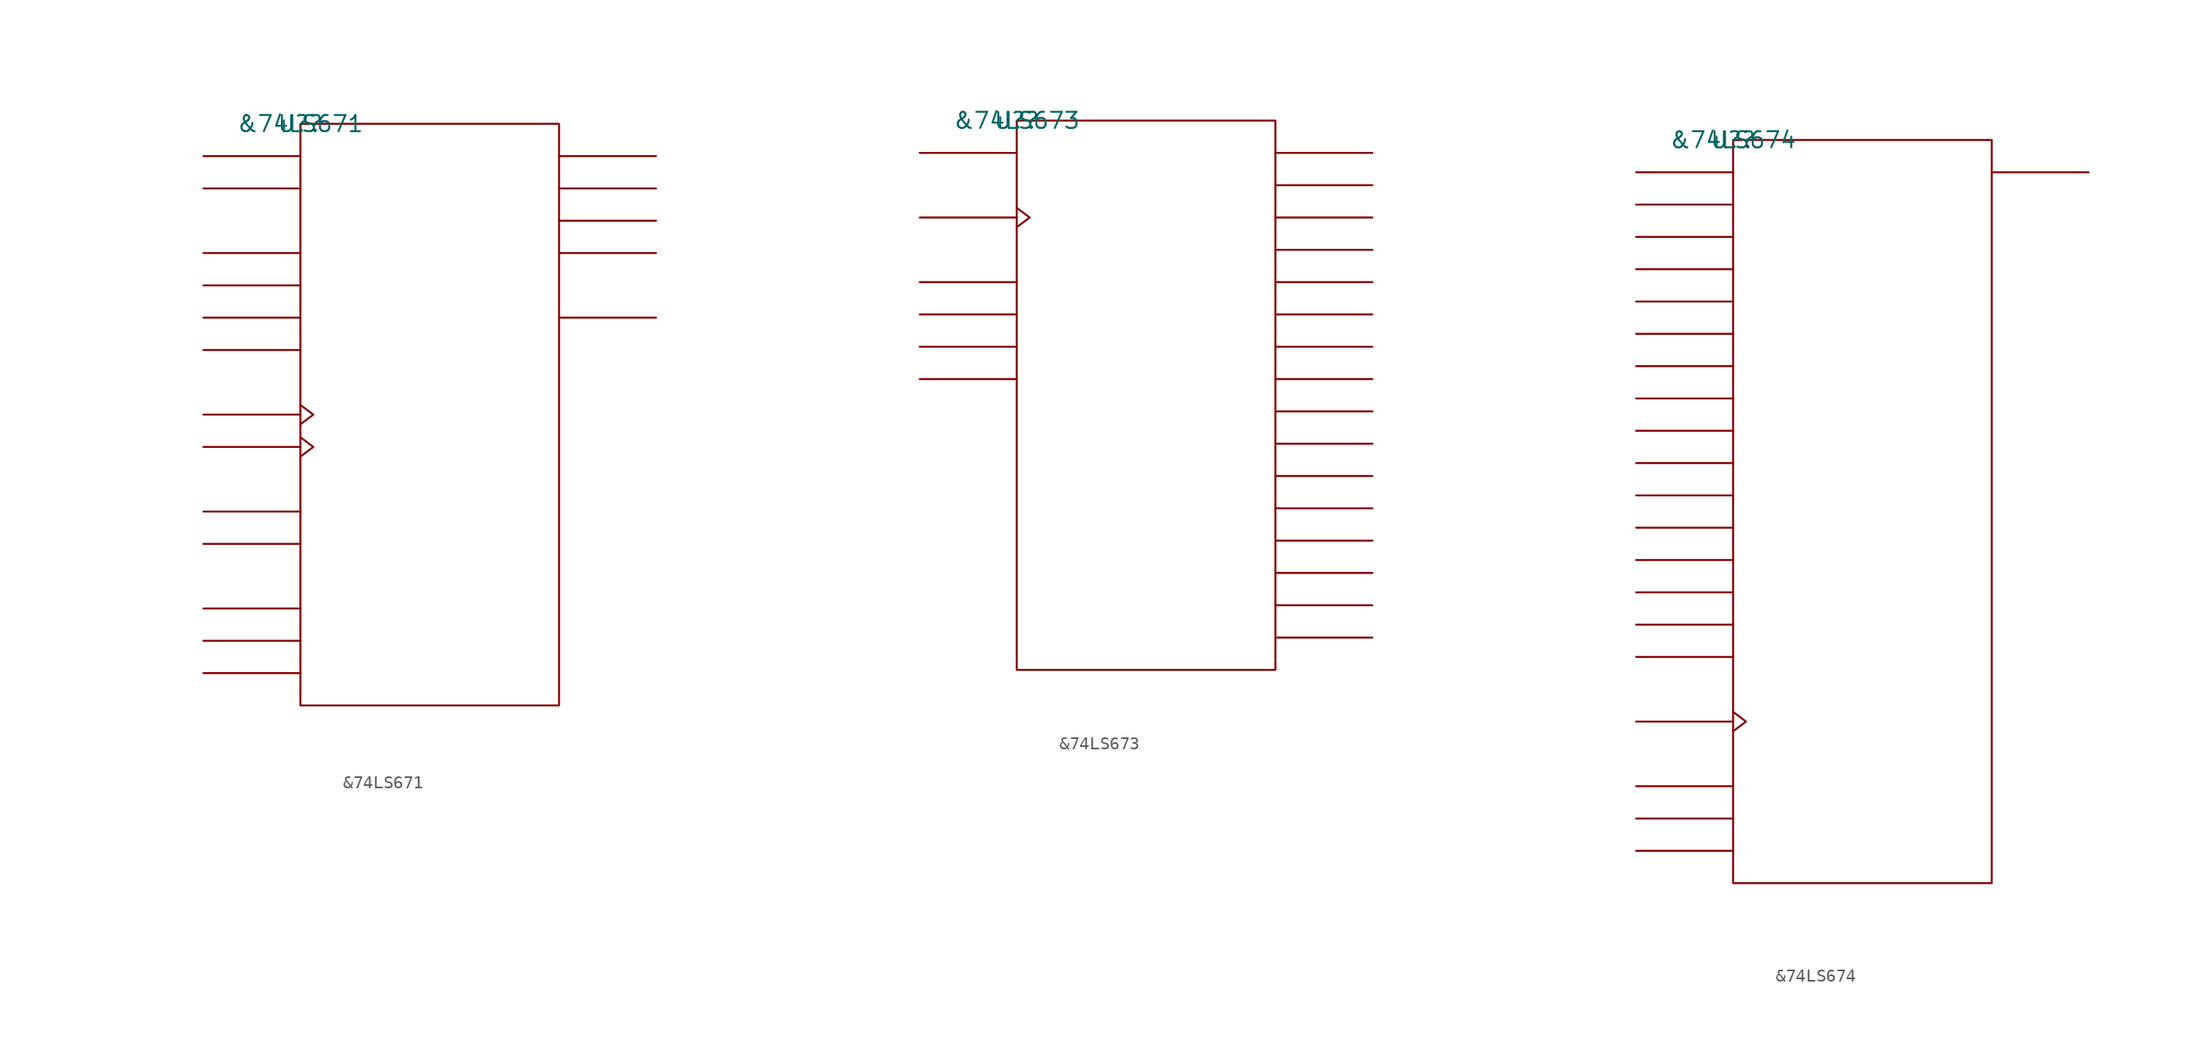
<source format=kicad_sym>
(kicad_symbol_lib
  (version 20211014)
  (generator kicad_symbol_editor)
  (symbol "&74LS671"
    (pin_names
      (offset 0.762))
    (property "Reference" "U?"
      (at 0 0 0)
      (effects (font (size 1.27 1.27))))
    (property "Value" "&74LS671"
      (at 0 0 0)
      (effects (font (size 1.27 1.27))))
    (symbol "&74LS671_0_1"
      (rectangle (start 0 -45.72) (end 20.32 0) (stroke (width 0) (type default) (color 0 0 0 0)) (fill (type none)))
      (polyline (pts (xy 0 -43.18) (xy -7.62 -43.18)) (stroke (width 0) (type default) (color 0 0 0 0)) (fill (type none)))
      (polyline (pts (xy 0 -40.64) (xy -7.62 -40.64)) (stroke (width 0) (type default) (color 0 0 0 0)) (fill (type none)))
      (polyline (pts (xy 0 -38.1) (xy -7.62 -38.1)) (stroke (width 0) (type default) (color 0 0 0 0)) (fill (type none)))
      (polyline (pts (xy 0 -33.02) (xy -7.62 -33.02)) (stroke (width 0) (type default) (color 0 0 0 0)) (fill (type none)))
      (polyline (pts (xy 0 -30.48) (xy -7.62 -30.48)) (stroke (width 0) (type default) (color 0 0 0 0)) (fill (type none)))
      (polyline (pts (xy 0 -25.4) (xy -7.62 -25.4)) (stroke (width 0) (type default) (color 0 0 0 0)) (fill (type none)))
      (polyline (pts (xy 0 -22.86) (xy -7.62 -22.86)) (stroke (width 0) (type default) (color 0 0 0 0)) (fill (type none)))
      (polyline (pts (xy 0 -17.78) (xy -7.62 -17.78)) (stroke (width 0) (type default) (color 0 0 0 0)) (fill (type none)))
      (polyline (pts (xy 0 -15.24) (xy -7.62 -15.24)) (stroke (width 0) (type default) (color 0 0 0 0)) (fill (type none)))
      (polyline (pts (xy 0 -12.7) (xy -7.62 -12.7)) (stroke (width 0) (type default) (color 0 0 0 0)) (fill (type none)))
      (polyline (pts (xy 0 -10.16) (xy -7.62 -10.16)) (stroke (width 0) (type default) (color 0 0 0 0)) (fill (type none)))
      (polyline (pts (xy 0 -5.08) (xy -7.62 -5.08)) (stroke (width 0) (type default) (color 0 0 0 0)) (fill (type none)))
      (polyline (pts (xy 0 -2.54) (xy -7.62 -2.54)) (stroke (width 0) (type default) (color 0 0 0 0)) (fill (type none)))
      (polyline (pts (xy 20.32 -15.24) (xy 27.94 -15.24)) (stroke (width 0) (type default) (color 0 0 0 0)) (fill (type none)))
      (polyline (pts (xy 20.32 -10.16) (xy 27.94 -10.16)) (stroke (width 0) (type default) (color 0 0 0 0)) (fill (type none)))
      (polyline (pts (xy 20.32 -7.62) (xy 27.94 -7.62)) (stroke (width 0) (type default) (color 0 0 0 0)) (fill (type none)))
      (polyline (pts (xy 20.32 -5.08) (xy 27.94 -5.08)) (stroke (width 0) (type default) (color 0 0 0 0)) (fill (type none)))
      (polyline (pts (xy 20.32 -2.54) (xy 27.94 -2.54)) (stroke (width 0) (type default) (color 0 0 0 0)) (fill (type none)))
      (polyline (pts (xy 0 -24.638) (xy 1.016 -25.4) (xy 0 -26.162)) (stroke (width 0) (type default) (color 0 0 0 0)) (fill (type none)))
      (polyline (pts (xy 0 -22.098) (xy 1.016 -22.86) (xy 0 -23.622)) (stroke (width 0) (type default) (color 0 0 0 0)) (fill (type none))))
    (symbol "&74LS671_1_1"
      (pin unspecified line (at -7.62 -2.54 0) (length 7.62) hide (name "SERR" (effects (font (size 1.245 1.245)))) (number "1" (effects (font (size 1.245 1.245)))))
      (pin power_in line (at 12.7 -45.72 180) (length 7.62) hide (name "GND" (effects (font (size 1.245 1.245)))) (number "10" (effects (font (size 1.245 1.245)))))
      (pin unspecified line (at -7.62 -40.64 0) (length 7.62) hide (name "R/S\\" (effects (font (size 1.245 1.245)))) (number "11" (effects (font (size 1.245 1.245)))))
      (pin unspecified line (at -7.62 -38.1 0) (length 7.62) hide (name "G\\" (effects (font (size 1.245 1.245)))) (number "12" (effects (font (size 1.245 1.245)))))
      (pin unspecified line (at -7.62 -33.02 0) (length 7.62) hide (name "S1" (effects (font (size 1.245 1.245)))) (number "13" (effects (font (size 1.245 1.245)))))
      (pin unspecified line (at -7.62 -30.48 0) (length 7.62) hide (name "S0" (effects (font (size 1.245 1.245)))) (number "14" (effects (font (size 1.245 1.245)))))
      (pin unspecified line (at 27.94 -10.16 180) (length 7.62) hide (name "QD" (effects (font (size 1.245 1.245)))) (number "15" (effects (font (size 1.245 1.245)))))
      (pin unspecified line (at 27.94 -7.62 180) (length 7.62) hide (name "QC" (effects (font (size 1.245 1.245)))) (number "16" (effects (font (size 1.245 1.245)))))
      (pin unspecified line (at 27.94 -5.08 180) (length 7.62) hide (name "QB" (effects (font (size 1.245 1.245)))) (number "17" (effects (font (size 1.245 1.245)))))
      (pin unspecified line (at 27.94 -2.54 180) (length 7.62) hide (name "QA" (effects (font (size 1.245 1.245)))) (number "18" (effects (font (size 1.245 1.245)))))
      (pin unspecified line (at 27.94 -15.24 180) (length 7.62) hide (name "CASC" (effects (font (size 1.245 1.245)))) (number "19" (effects (font (size 1.245 1.245)))))
      (pin unspecified line (at -7.62 -25.4 180) (length 7.62) hide (name "SRCLK" (effects (font (size 1.245 1.245)))) (number "2" (effects (font (size 1.245 1.245)))))
      (pin power_in line (at 10.16 0 180) (length 7.62) hide (name "VCC" (effects (font (size 1.245 1.245)))) (number "20" (effects (font (size 1.245 1.245)))))
      (pin unspecified line (at -7.62 -10.16 0) (length 7.62) hide (name "A" (effects (font (size 1.245 1.245)))) (number "3" (effects (font (size 1.245 1.245)))))
      (pin unspecified line (at -7.62 -12.7 0) (length 7.62) hide (name "B" (effects (font (size 1.245 1.245)))) (number "4" (effects (font (size 1.245 1.245)))))
      (pin unspecified line (at -7.62 -15.24 0) (length 7.62) hide (name "C" (effects (font (size 1.245 1.245)))) (number "5" (effects (font (size 1.245 1.245)))))
      (pin unspecified line (at -7.62 -17.78 0) (length 7.62) hide (name "D" (effects (font (size 1.245 1.245)))) (number "6" (effects (font (size 1.245 1.245)))))
      (pin unspecified line (at -7.62 -5.08 0) (length 7.62) hide (name "SERL" (effects (font (size 1.245 1.245)))) (number "7" (effects (font (size 1.245 1.245)))))
      (pin unspecified line (at -7.62 -43.18 0) (length 7.62) hide (name "S\\R\\C\\L\\R\\" (effects (font (size 1.245 1.245)))) (number "8" (effects (font (size 1.245 1.245)))))
      (pin unspecified line (at -7.62 -22.86 180) (length 7.62) hide (name "RCLK" (effects (font (size 1.245 1.245)))) (number "9" (effects (font (size 1.245 1.245)))))))
  (symbol "&74LS673"
    (pin_names
      (offset 0.762))
    (property "Reference" "U?"
      (at 0 0 0)
      (effects (font (size 1.27 1.27))))
    (property "Value" "&74LS673"
      (at 0 0 0)
      (effects (font (size 1.27 1.27))))
    (symbol "&74LS673_0_1"
      (rectangle (start 0 -43.18) (end 20.32 0) (stroke (width 0) (type default) (color 0 0 0 0)) (fill (type none)))
      (polyline (pts (xy 0 -20.32) (xy -7.62 -20.32)) (stroke (width 0) (type default) (color 0 0 0 0)) (fill (type none)))
      (polyline (pts (xy 0 -17.78) (xy -7.62 -17.78)) (stroke (width 0) (type default) (color 0 0 0 0)) (fill (type none)))
      (polyline (pts (xy 0 -15.24) (xy -7.62 -15.24)) (stroke (width 0) (type default) (color 0 0 0 0)) (fill (type none)))
      (polyline (pts (xy 0 -12.7) (xy -7.62 -12.7)) (stroke (width 0) (type default) (color 0 0 0 0)) (fill (type none)))
      (polyline (pts (xy 0 -7.62) (xy -7.62 -7.62)) (stroke (width 0) (type default) (color 0 0 0 0)) (fill (type none)))
      (polyline (pts (xy 0 -2.54) (xy -7.62 -2.54)) (stroke (width 0) (type default) (color 0 0 0 0)) (fill (type none)))
      (polyline (pts (xy 20.32 -40.64) (xy 27.94 -40.64)) (stroke (width 0) (type default) (color 0 0 0 0)) (fill (type none)))
      (polyline (pts (xy 20.32 -38.1) (xy 27.94 -38.1)) (stroke (width 0) (type default) (color 0 0 0 0)) (fill (type none)))
      (polyline (pts (xy 20.32 -35.56) (xy 27.94 -35.56)) (stroke (width 0) (type default) (color 0 0 0 0)) (fill (type none)))
      (polyline (pts (xy 20.32 -33.02) (xy 27.94 -33.02)) (stroke (width 0) (type default) (color 0 0 0 0)) (fill (type none)))
      (polyline (pts (xy 20.32 -30.48) (xy 27.94 -30.48)) (stroke (width 0) (type default) (color 0 0 0 0)) (fill (type none)))
      (polyline (pts (xy 20.32 -27.94) (xy 27.94 -27.94)) (stroke (width 0) (type default) (color 0 0 0 0)) (fill (type none)))
      (polyline (pts (xy 20.32 -25.4) (xy 27.94 -25.4)) (stroke (width 0) (type default) (color 0 0 0 0)) (fill (type none)))
      (polyline (pts (xy 20.32 -22.86) (xy 27.94 -22.86)) (stroke (width 0) (type default) (color 0 0 0 0)) (fill (type none)))
      (polyline (pts (xy 20.32 -20.32) (xy 27.94 -20.32)) (stroke (width 0) (type default) (color 0 0 0 0)) (fill (type none)))
      (polyline (pts (xy 20.32 -17.78) (xy 27.94 -17.78)) (stroke (width 0) (type default) (color 0 0 0 0)) (fill (type none)))
      (polyline (pts (xy 20.32 -15.24) (xy 27.94 -15.24)) (stroke (width 0) (type default) (color 0 0 0 0)) (fill (type none)))
      (polyline (pts (xy 20.32 -12.7) (xy 27.94 -12.7)) (stroke (width 0) (type default) (color 0 0 0 0)) (fill (type none)))
      (polyline (pts (xy 20.32 -10.16) (xy 27.94 -10.16)) (stroke (width 0) (type default) (color 0 0 0 0)) (fill (type none)))
      (polyline (pts (xy 20.32 -7.62) (xy 27.94 -7.62)) (stroke (width 0) (type default) (color 0 0 0 0)) (fill (type none)))
      (polyline (pts (xy 20.32 -5.08) (xy 27.94 -5.08)) (stroke (width 0) (type default) (color 0 0 0 0)) (fill (type none)))
      (polyline (pts (xy 20.32 -2.54) (xy 27.94 -2.54)) (stroke (width 0) (type default) (color 0 0 0 0)) (fill (type none)))
      (polyline (pts (xy 0 -6.858) (xy 1.016 -7.62) (xy 0 -8.382)) (stroke (width 0) (type default) (color 0 0 0 0)) (fill (type none))))
    (symbol "&74LS673_1_1"
      (pin unspecified line (at -7.62 -12.7 0) (length 7.62) hide (name "C\\S\\" (effects (font (size 1.245 1.245)))) (number "1" (effects (font (size 1.245 1.245)))))
      (pin unspecified line (at 27.94 -10.16 180) (length 7.62) hide (name "Y3" (effects (font (size 1.245 1.245)))) (number "10" (effects (font (size 1.245 1.245)))))
      (pin unspecified line (at 27.94 -12.7 180) (length 7.62) hide (name "Y4" (effects (font (size 1.245 1.245)))) (number "11" (effects (font (size 1.245 1.245)))))
      (pin power_in line (at 5.08 -43.18 180) (length 7.62) hide (name "GND" (effects (font (size 1.245 1.245)))) (number "12" (effects (font (size 1.245 1.245)))))
      (pin unspecified line (at 27.94 -15.24 180) (length 7.62) hide (name "Y5" (effects (font (size 1.245 1.245)))) (number "13" (effects (font (size 1.245 1.245)))))
      (pin unspecified line (at 27.94 -17.78 180) (length 7.62) hide (name "Y6" (effects (font (size 1.245 1.245)))) (number "14" (effects (font (size 1.245 1.245)))))
      (pin unspecified line (at 27.94 -20.32 180) (length 7.62) hide (name "Y7" (effects (font (size 1.245 1.245)))) (number "15" (effects (font (size 1.245 1.245)))))
      (pin unspecified line (at 27.94 -22.86 180) (length 7.62) hide (name "Y8" (effects (font (size 1.245 1.245)))) (number "16" (effects (font (size 1.245 1.245)))))
      (pin unspecified line (at 27.94 -25.4 180) (length 7.62) hide (name "Y9" (effects (font (size 1.245 1.245)))) (number "17" (effects (font (size 1.245 1.245)))))
      (pin unspecified line (at 27.94 -27.94 180) (length 7.62) hide (name "Y10" (effects (font (size 1.245 1.245)))) (number "18" (effects (font (size 1.245 1.245)))))
      (pin unspecified line (at 27.94 -30.48 180) (length 7.62) hide (name "Y11" (effects (font (size 1.245 1.245)))) (number "19" (effects (font (size 1.245 1.245)))))
      (pin unspecified line (at -7.62 -7.62 180) (length 7.62) hide (name "S\\H\\C\\P\\" (effects (font (size 1.245 1.245)))) (number "2" (effects (font (size 1.245 1.245)))))
      (pin unspecified line (at 27.94 -33.02 180) (length 7.62) hide (name "Y12" (effects (font (size 1.245 1.245)))) (number "20" (effects (font (size 1.245 1.245)))))
      (pin unspecified line (at 27.94 -35.56 180) (length 7.62) hide (name "Y13" (effects (font (size 1.245 1.245)))) (number "21" (effects (font (size 1.245 1.245)))))
      (pin unspecified line (at 27.94 -38.1 180) (length 7.62) hide (name "Y14" (effects (font (size 1.245 1.245)))) (number "22" (effects (font (size 1.245 1.245)))))
      (pin unspecified line (at 27.94 -40.64 180) (length 7.62) hide (name "Y15" (effects (font (size 1.245 1.245)))) (number "23" (effects (font (size 1.245 1.245)))))
      (pin power_in line (at 10.16 0 180) (length 7.62) hide (name "VCC" (effects (font (size 1.245 1.245)))) (number "24" (effects (font (size 1.245 1.245)))))
      (pin unspecified line (at -7.62 -17.78 0) (length 7.62) hide (name "R/W\\" (effects (font (size 1.245 1.245)))) (number "3" (effects (font (size 1.245 1.245)))))
      (pin unspecified line (at -7.62 -20.32 0) (length 7.62) hide (name "S\\T\\M\\R\\" (effects (font (size 1.245 1.245)))) (number "4" (effects (font (size 1.245 1.245)))))
      (pin unspecified line (at -7.62 -15.24 0) (length 7.62) hide (name "MODE" (effects (font (size 1.245 1.245)))) (number "5" (effects (font (size 1.245 1.245)))))
      (pin unspecified line (at -7.62 -2.54 0) (length 7.62) hide (name "SI/O" (effects (font (size 1.245 1.245)))) (number "6" (effects (font (size 1.245 1.245)))))
      (pin unspecified line (at 27.94 -2.54 180) (length 7.62) hide (name "Y0" (effects (font (size 1.245 1.245)))) (number "7" (effects (font (size 1.245 1.245)))))
      (pin unspecified line (at 27.94 -5.08 180) (length 7.62) hide (name "Y1" (effects (font (size 1.245 1.245)))) (number "8" (effects (font (size 1.245 1.245)))))
      (pin unspecified line (at 27.94 -7.62 180) (length 7.62) hide (name "Y2" (effects (font (size 1.245 1.245)))) (number "9" (effects (font (size 1.245 1.245)))))))
  (symbol "&74LS674"
    (pin_names
      (offset 0.762))
    (property "Reference" "U?"
      (at 0 0 0)
      (effects (font (size 1.27 1.27))))
    (property "Value" "&74LS674"
      (at 0 0 0)
      (effects (font (size 1.27 1.27))))
    (symbol "&74LS674_0_1"
      (rectangle (start 0 -58.42) (end 20.32 0) (stroke (width 0) (type default) (color 0 0 0 0)) (fill (type none)))
      (polyline (pts (xy 0 -55.88) (xy -7.62 -55.88)) (stroke (width 0) (type default) (color 0 0 0 0)) (fill (type none)))
      (polyline (pts (xy 0 -53.34) (xy -7.62 -53.34)) (stroke (width 0) (type default) (color 0 0 0 0)) (fill (type none)))
      (polyline (pts (xy 0 -50.8) (xy -7.62 -50.8)) (stroke (width 0) (type default) (color 0 0 0 0)) (fill (type none)))
      (polyline (pts (xy 0 -45.72) (xy -7.62 -45.72)) (stroke (width 0) (type default) (color 0 0 0 0)) (fill (type none)))
      (polyline (pts (xy 0 -40.64) (xy -7.62 -40.64)) (stroke (width 0) (type default) (color 0 0 0 0)) (fill (type none)))
      (polyline (pts (xy 0 -38.1) (xy -7.62 -38.1)) (stroke (width 0) (type default) (color 0 0 0 0)) (fill (type none)))
      (polyline (pts (xy 0 -35.56) (xy -7.62 -35.56)) (stroke (width 0) (type default) (color 0 0 0 0)) (fill (type none)))
      (polyline (pts (xy 0 -33.02) (xy -7.62 -33.02)) (stroke (width 0) (type default) (color 0 0 0 0)) (fill (type none)))
      (polyline (pts (xy 0 -30.48) (xy -7.62 -30.48)) (stroke (width 0) (type default) (color 0 0 0 0)) (fill (type none)))
      (polyline (pts (xy 0 -27.94) (xy -7.62 -27.94)) (stroke (width 0) (type default) (color 0 0 0 0)) (fill (type none)))
      (polyline (pts (xy 0 -25.4) (xy -7.62 -25.4)) (stroke (width 0) (type default) (color 0 0 0 0)) (fill (type none)))
      (polyline (pts (xy 0 -22.86) (xy -7.62 -22.86)) (stroke (width 0) (type default) (color 0 0 0 0)) (fill (type none)))
      (polyline (pts (xy 0 -20.32) (xy -7.62 -20.32)) (stroke (width 0) (type default) (color 0 0 0 0)) (fill (type none)))
      (polyline (pts (xy 0 -17.78) (xy -7.62 -17.78)) (stroke (width 0) (type default) (color 0 0 0 0)) (fill (type none)))
      (polyline (pts (xy 0 -15.24) (xy -7.62 -15.24)) (stroke (width 0) (type default) (color 0 0 0 0)) (fill (type none)))
      (polyline (pts (xy 0 -12.7) (xy -7.62 -12.7)) (stroke (width 0) (type default) (color 0 0 0 0)) (fill (type none)))
      (polyline (pts (xy 0 -10.16) (xy -7.62 -10.16)) (stroke (width 0) (type default) (color 0 0 0 0)) (fill (type none)))
      (polyline (pts (xy 0 -7.62) (xy -7.62 -7.62)) (stroke (width 0) (type default) (color 0 0 0 0)) (fill (type none)))
      (polyline (pts (xy 0 -5.08) (xy -7.62 -5.08)) (stroke (width 0) (type default) (color 0 0 0 0)) (fill (type none)))
      (polyline (pts (xy 0 -2.54) (xy -7.62 -2.54)) (stroke (width 0) (type default) (color 0 0 0 0)) (fill (type none)))
      (polyline (pts (xy 20.32 -2.54) (xy 27.94 -2.54)) (stroke (width 0) (type default) (color 0 0 0 0)) (fill (type none)))
      (polyline (pts (xy 0 -44.958) (xy 1.016 -45.72) (xy 0 -46.482)) (stroke (width 0) (type default) (color 0 0 0 0)) (fill (type none))))
    (symbol "&74LS674_1_1"
      (pin unspecified line (at -7.62 -55.88 0) (length 7.62) hide (name "C\\S\\" (effects (font (size 1.245 1.245)))) (number "1" (effects (font (size 1.245 1.245)))))
      (pin unspecified line (at -7.62 -10.16 0) (length 7.62) hide (name "P3" (effects (font (size 1.245 1.245)))) (number "10" (effects (font (size 1.245 1.245)))))
      (pin unspecified line (at -7.62 -12.7 0) (length 7.62) hide (name "P4" (effects (font (size 1.245 1.245)))) (number "11" (effects (font (size 1.245 1.245)))))
      (pin power_in line (at 10.16 -58.42 180) (length 7.62) hide (name "GND" (effects (font (size 1.245 1.245)))) (number "12" (effects (font (size 1.245 1.245)))))
      (pin unspecified line (at -7.62 -15.24 0) (length 7.62) hide (name "P5" (effects (font (size 1.245 1.245)))) (number "13" (effects (font (size 1.245 1.245)))))
      (pin unspecified line (at -7.62 -17.78 0) (length 7.62) hide (name "P6" (effects (font (size 1.245 1.245)))) (number "14" (effects (font (size 1.245 1.245)))))
      (pin unspecified line (at -7.62 -20.32 0) (length 7.62) hide (name "P7" (effects (font (size 1.245 1.245)))) (number "15" (effects (font (size 1.245 1.245)))))
      (pin unspecified line (at -7.62 -22.86 0) (length 7.62) hide (name "P8" (effects (font (size 1.245 1.245)))) (number "16" (effects (font (size 1.245 1.245)))))
      (pin unspecified line (at -7.62 -25.4 0) (length 7.62) hide (name "P9" (effects (font (size 1.245 1.245)))) (number "17" (effects (font (size 1.245 1.245)))))
      (pin unspecified line (at -7.62 -27.94 0) (length 7.62) hide (name "P10" (effects (font (size 1.245 1.245)))) (number "18" (effects (font (size 1.245 1.245)))))
      (pin unspecified line (at -7.62 -30.48 0) (length 7.62) hide (name "P11" (effects (font (size 1.245 1.245)))) (number "19" (effects (font (size 1.245 1.245)))))
      (pin unspecified line (at -7.62 -45.72 180) (length 7.62) hide (name "CLK" (effects (font (size 1.245 1.245)))) (number "2" (effects (font (size 1.245 1.245)))))
      (pin unspecified line (at -7.62 -33.02 0) (length 7.62) hide (name "P12" (effects (font (size 1.245 1.245)))) (number "20" (effects (font (size 1.245 1.245)))))
      (pin unspecified line (at -7.62 -35.56 0) (length 7.62) hide (name "P13" (effects (font (size 1.245 1.245)))) (number "21" (effects (font (size 1.245 1.245)))))
      (pin unspecified line (at -7.62 -38.1 0) (length 7.62) hide (name "P14" (effects (font (size 1.245 1.245)))) (number "22" (effects (font (size 1.245 1.245)))))
      (pin unspecified line (at -7.62 -40.64 0) (length 7.62) hide (name "P15" (effects (font (size 1.245 1.245)))) (number "23" (effects (font (size 1.245 1.245)))))
      (pin power_in line (at 5.08 0 180) (length 7.62) hide (name "VCC" (effects (font (size 1.245 1.245)))) (number "24" (effects (font (size 1.245 1.245)))))
      (pin unspecified line (at -7.62 -53.34 0) (length 7.62) hide (name "R/W\\" (effects (font (size 1.245 1.245)))) (number "3" (effects (font (size 1.245 1.245)))))
      (pin unspecified line (at -7.62 -50.8 0) (length 7.62) hide (name "MODE" (effects (font (size 1.245 1.245)))) (number "5" (effects (font (size 1.245 1.245)))))
      (pin unspecified line (at 27.94 -2.54 180) (length 7.62) hide (name "SER/Q15" (effects (font (size 1.245 1.245)))) (number "6" (effects (font (size 1.245 1.245)))))
      (pin unspecified line (at -7.62 -2.54 0) (length 7.62) hide (name "P0" (effects (font (size 1.245 1.245)))) (number "7" (effects (font (size 1.245 1.245)))))
      (pin unspecified line (at -7.62 -5.08 0) (length 7.62) hide (name "P1" (effects (font (size 1.245 1.245)))) (number "8" (effects (font (size 1.245 1.245)))))
      (pin unspecified line (at -7.62 -7.62 0) (length 7.62) hide (name "P2" (effects (font (size 1.245 1.245)))) (number "9" (effects (font (size 1.245 1.245))))))))
</source>
